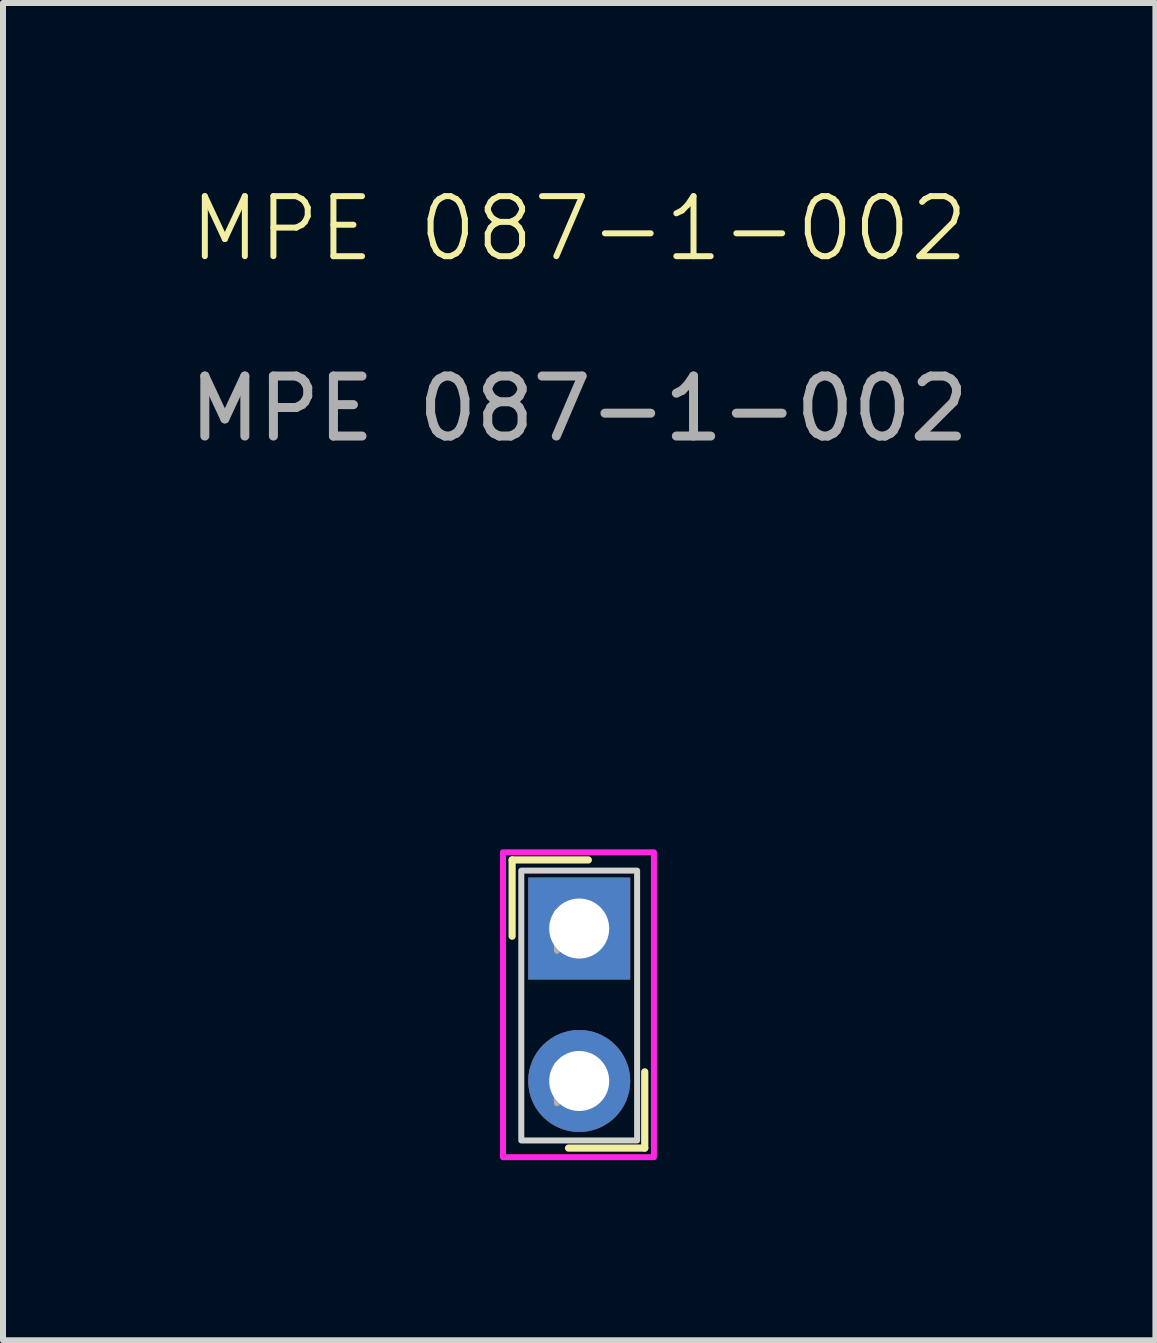
<source format=kicad_pcb>
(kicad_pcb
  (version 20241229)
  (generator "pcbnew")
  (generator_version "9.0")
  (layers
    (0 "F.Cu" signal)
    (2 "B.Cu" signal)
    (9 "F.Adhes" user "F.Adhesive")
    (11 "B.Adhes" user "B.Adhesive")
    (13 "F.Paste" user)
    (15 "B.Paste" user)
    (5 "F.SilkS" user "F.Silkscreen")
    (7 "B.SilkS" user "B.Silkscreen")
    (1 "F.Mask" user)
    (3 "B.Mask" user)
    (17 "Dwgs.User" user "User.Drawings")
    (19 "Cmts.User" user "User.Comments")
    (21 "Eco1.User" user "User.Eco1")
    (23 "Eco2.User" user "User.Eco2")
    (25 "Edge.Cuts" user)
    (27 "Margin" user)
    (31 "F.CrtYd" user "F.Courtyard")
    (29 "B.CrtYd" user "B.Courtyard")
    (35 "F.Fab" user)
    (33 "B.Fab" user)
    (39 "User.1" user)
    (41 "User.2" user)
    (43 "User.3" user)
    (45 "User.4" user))
  (footprint "MPE 087-1-002"
    (layer "F.Cu")
    (at 6.601 12.422)
    (property "Reference" "MPE 087-1-002" (at 0 -11.661 0) (unlocked yes) (layer "F.SilkS") (effects (font (size 1 1) (thickness 0.1))))
    (attr smd)
    (fp_line (start -1.118 -1.143) (end 0.152 -1.143) (stroke (width 0.12) (type solid)) (layer "F.SilkS"))
    (fp_line (start -1.118 0.127) (end -1.118 -1.143) (stroke (width 0.12) (type solid)) (layer "F.SilkS"))
    (fp_line (start 1.092 2.388) (end 1.092 3.658) (stroke (width 0.12) (type solid)) (layer "F.SilkS"))
    (fp_line (start 1.092 3.658) (end -0.178 3.658) (stroke (width 0.12) (type solid)) (layer "F.SilkS"))
    (fp_rect (start -0.965 -0.965) (end 0.965 3.531) (stroke (width 0.1) (type default)) (fill no) (layer "Edge.Cuts"))
    (fp_rect (start -1.27 -1.27) (end 1.245 3.81) (stroke (width 0.1) (type default)) (fill no) (layer "F.CrtYd"))
    (fp_line (start -0.371 -0.269) (end -0.371 0.371) (stroke (width 0.1) (type solid)) (layer "F.Fab"))
    (fp_line (start -0.371 2.271) (end -0.371 2.911) (stroke (width 0.1) (type solid)) (layer "F.Fab"))
    (fp_text user "${REFERENCE}" (at 0 -8.661 0) (unlocked yes) (layer "F.Fab") (effects (font (size 1 1) (thickness 0.15))))
    (pad "1" thru_hole rect (at 0 0) (size 1.7 1.7) (drill 1) (layers "*.Cu" "*.Mask"))
    (pad "2" thru_hole oval (at 0 2.54) (size 1.7 1.7) (drill 1) (layers "*.Cu" "*.Mask")))
  (gr_rect
    (start -3 -3)
    (end 16.202 19.282)
    (stroke (width 0.1) (type default))
    (fill no)
    (layer "Edge.Cuts")))
</source>
